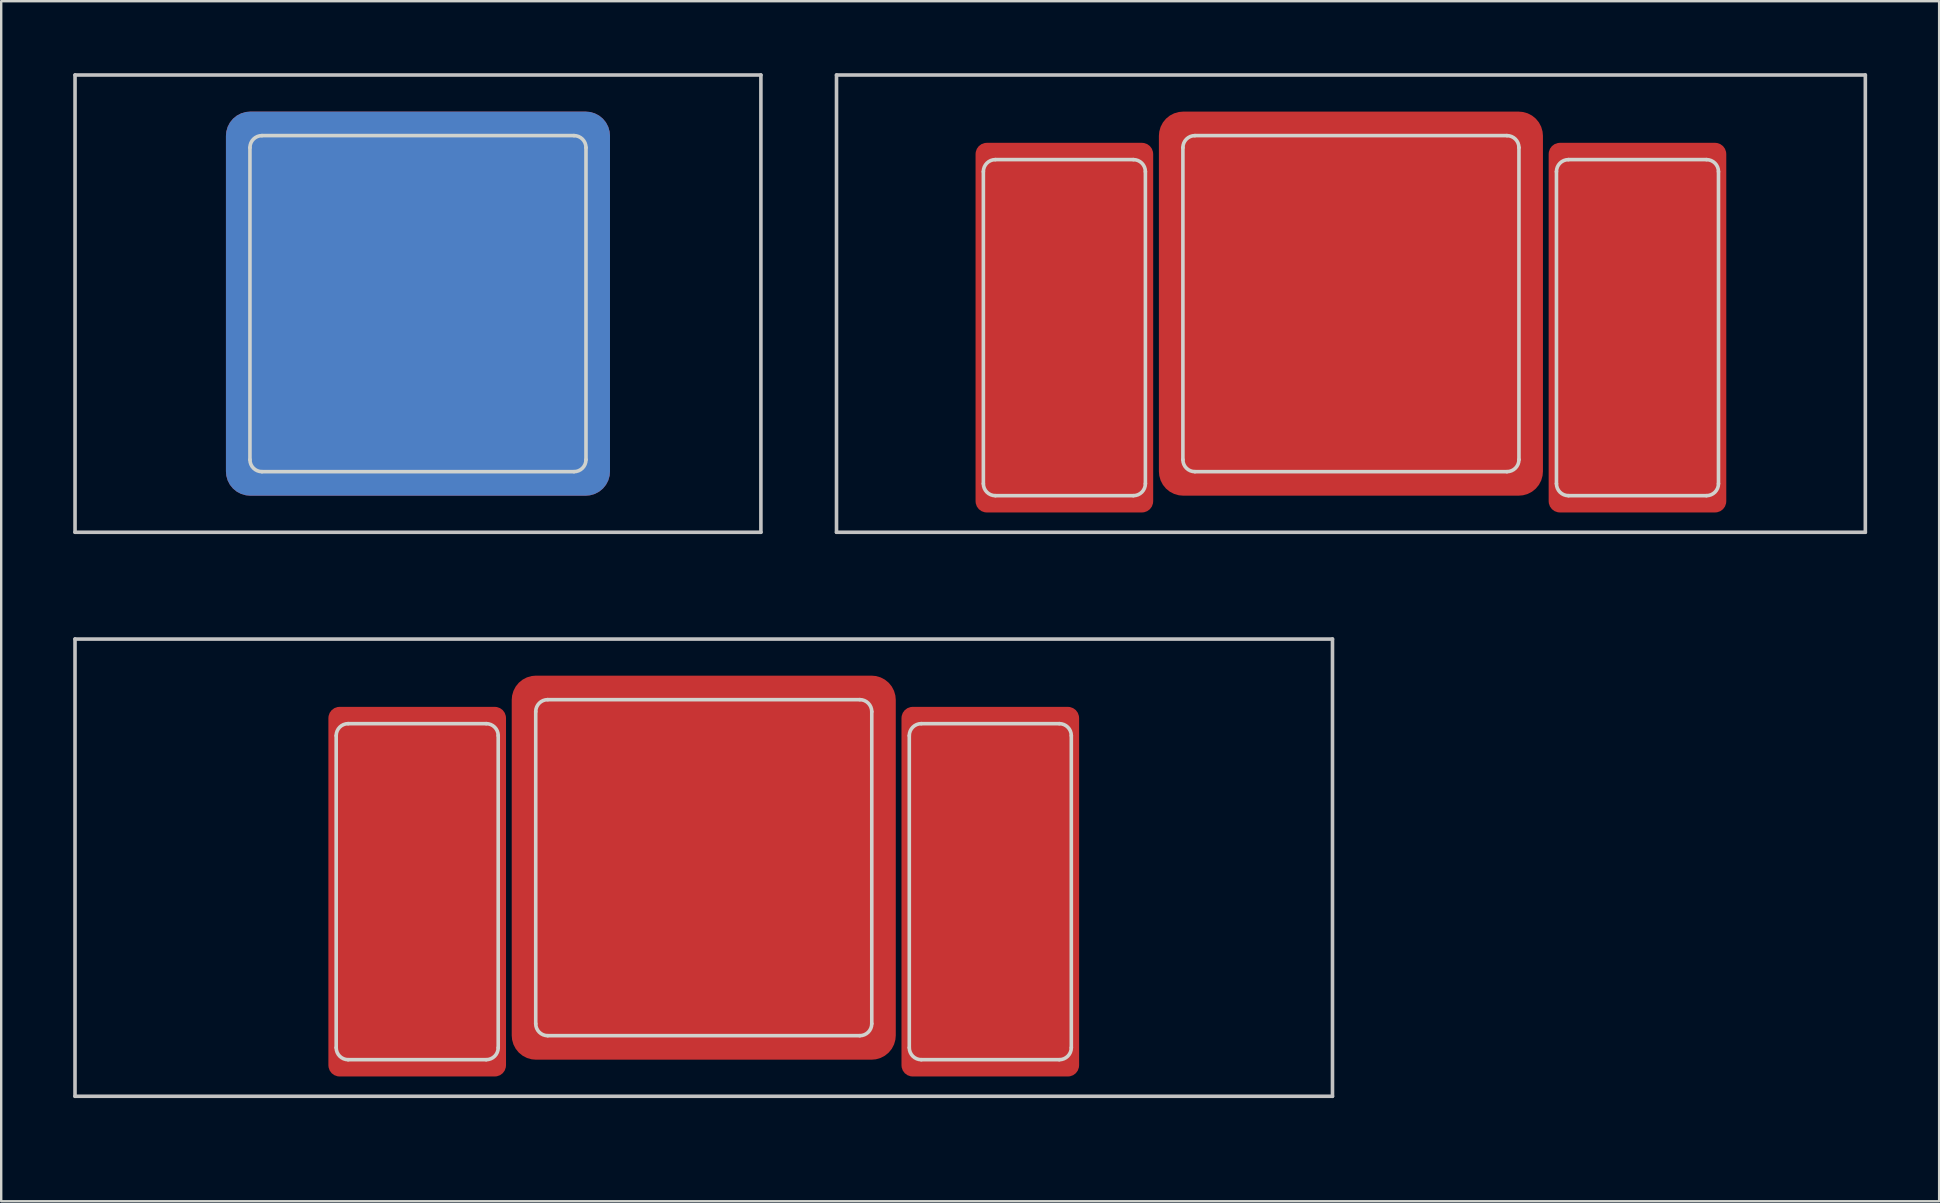
<source format=kicad_pcb>
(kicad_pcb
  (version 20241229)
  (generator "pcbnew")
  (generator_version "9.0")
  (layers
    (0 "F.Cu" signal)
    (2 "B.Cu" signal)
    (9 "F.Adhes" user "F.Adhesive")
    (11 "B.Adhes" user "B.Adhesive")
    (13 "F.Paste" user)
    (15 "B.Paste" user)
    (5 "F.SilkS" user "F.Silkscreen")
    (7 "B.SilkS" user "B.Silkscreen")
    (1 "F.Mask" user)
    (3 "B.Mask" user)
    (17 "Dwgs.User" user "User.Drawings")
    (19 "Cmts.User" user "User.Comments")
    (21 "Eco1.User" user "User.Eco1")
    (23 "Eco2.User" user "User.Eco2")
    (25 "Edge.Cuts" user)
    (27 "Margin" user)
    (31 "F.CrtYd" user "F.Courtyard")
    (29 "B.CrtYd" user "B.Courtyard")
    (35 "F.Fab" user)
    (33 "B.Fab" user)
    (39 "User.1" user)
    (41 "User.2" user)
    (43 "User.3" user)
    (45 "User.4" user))
  (footprint "MX_Cutout_2.75u"
    (layer "F.Cu")
    (at 26.269 33.098)
    (property "Reference" "MX_Cutout_2.75u" (at 0.25 10.05 0) (layer "Eco2.User") (effects (font (size 1 1) (thickness 0.15))))
    (attr through_hole)
    (fp_line (start -26.194 -9.525) (end -26.194 9.525) (stroke (width 0.15) (type solid)) (layer "Dwgs.User"))
    (fp_line (start -26.194 -9.525) (end 26.194 -9.525) (stroke (width 0.15) (type solid)) (layer "Dwgs.User"))
    (fp_line (start -26.194 9.525) (end 26.194 9.525) (stroke (width 0.15) (type solid)) (layer "Dwgs.User"))
    (fp_line (start 26.194 -9.525) (end 26.194 9.525) (stroke (width 0.15) (type solid)) (layer "Dwgs.User"))
    (fp_line (start -15.313 7.5) (end -15.313 -5.5) (stroke (width 0.15) (type solid)) (layer "Edge.Cuts"))
    (fp_line (start -14.813 -6) (end -9.063 -6) (stroke (width 0.15) (type solid)) (layer "Edge.Cuts"))
    (fp_line (start -9.063 8) (end -14.813 8) (stroke (width 0.15) (type solid)) (layer "Edge.Cuts"))
    (fp_line (start -8.563 -5.5) (end -8.563 7.5) (stroke (width 0.15) (type solid)) (layer "Edge.Cuts"))
    (fp_line (start -7 6.5) (end -7 -6.5) (stroke (width 0.15) (type solid)) (layer "Edge.Cuts"))
    (fp_line (start -6.5 -7) (end 6.5 -7) (stroke (width 0.15) (type solid)) (layer "Edge.Cuts"))
    (fp_line (start 6.5 7) (end -6.5 7) (stroke (width 0.15) (type solid)) (layer "Edge.Cuts"))
    (fp_line (start 7 -6.5) (end 7 6.5) (stroke (width 0.15) (type solid)) (layer "Edge.Cuts"))
    (fp_line (start 8.563 7.5) (end 8.563 -5.5) (stroke (width 0.15) (type solid)) (layer "Edge.Cuts"))
    (fp_line (start 9.063 -6) (end 14.813 -6) (stroke (width 0.15) (type solid)) (layer "Edge.Cuts"))
    (fp_line (start 14.813 8) (end 9.063 8) (stroke (width 0.15) (type solid)) (layer "Edge.Cuts"))
    (fp_line (start 15.313 -5.5) (end 15.313 7.5) (stroke (width 0.15) (type solid)) (layer "Edge.Cuts"))
    (fp_arc (start -15.313 -5.5) (mid -15.166553 -5.853553) (end -14.813 -6) (stroke (width 0.15) (type solid)) (layer "Edge.Cuts"))
    (fp_arc (start -14.813 8) (mid -15.166553 7.853553) (end -15.313 7.5) (stroke (width 0.15) (type solid)) (layer "Edge.Cuts"))
    (fp_arc (start -9.063 -6) (mid -8.709447 -5.853553) (end -8.563 -5.5) (stroke (width 0.15) (type solid)) (layer "Edge.Cuts"))
    (fp_arc (start -8.563 7.5) (mid -8.709447 7.853553) (end -9.063 8) (stroke (width 0.15) (type solid)) (layer "Edge.Cuts"))
    (fp_arc (start -7 -6.5) (mid -6.853553 -6.853553) (end -6.5 -7) (stroke (width 0.15) (type solid)) (layer "Edge.Cuts"))
    (fp_arc (start -6.5 7) (mid -6.853553 6.853553) (end -7 6.5) (stroke (width 0.15) (type solid)) (layer "Edge.Cuts"))
    (fp_arc (start 6.5 -7) (mid 6.853553 -6.853553) (end 7 -6.5) (stroke (width 0.15) (type solid)) (layer "Edge.Cuts"))
    (fp_arc (start 7 6.5) (mid 6.853553 6.853553) (end 6.5 7) (stroke (width 0.15) (type solid)) (layer "Edge.Cuts"))
    (fp_arc (start 8.563 -5.5) (mid 8.709447 -5.853553) (end 9.063 -6) (stroke (width 0.15) (type solid)) (layer "Edge.Cuts"))
    (fp_arc (start 9.063 8) (mid 8.709447 7.853553) (end 8.563 7.5) (stroke (width 0.15) (type solid)) (layer "Edge.Cuts"))
    (fp_arc (start 14.813 -6) (mid 15.166553 -5.853553) (end 15.313 -5.5) (stroke (width 0.15) (type solid)) (layer "Edge.Cuts"))
    (fp_arc (start 15.313 7.5) (mid 15.166553 7.853553) (end 14.813 8) (stroke (width 0.15) (type solid)) (layer "Edge.Cuts"))
    (pad "1" smd roundrect (at -11.938 1 180) (size 7.4 15.4) (layers "F.Cu" "F.Mask") (roundrect_rratio 0.063))
    (pad "1" smd roundrect (at 0 0 180) (size 16 16) (layers "F.Cu" "F.Mask") (roundrect_rratio 0.063))
    (pad "1" smd roundrect (at 11.938 1 180) (size 7.4 15.4) (layers "F.Cu" "F.Mask") (roundrect_rratio 0.063)))
  (footprint "MX_Cutout_2.25u"
    (layer "F.Cu")
    (at 53.231 9.6)
    (property "Reference" "MX_Cutout_2.25u" (at 0.25 10.05 0) (layer "Eco2.User") (effects (font (size 1 1) (thickness 0.15))))
    (attr through_hole)
    (fp_line (start -21.431 -9.525) (end -21.431 9.525) (stroke (width 0.15) (type solid)) (layer "Dwgs.User"))
    (fp_line (start -21.431 -9.525) (end 21.431 -9.525) (stroke (width 0.15) (type solid)) (layer "Dwgs.User"))
    (fp_line (start -21.431 9.525) (end 21.431 9.525) (stroke (width 0.15) (type solid)) (layer "Dwgs.User"))
    (fp_line (start 21.431 -9.525) (end 21.431 9.525) (stroke (width 0.15) (type solid)) (layer "Dwgs.User"))
    (fp_line (start -15.313 7.5) (end -15.313 -5.5) (stroke (width 0.15) (type solid)) (layer "Edge.Cuts"))
    (fp_line (start -14.813 -6) (end -9.063 -6) (stroke (width 0.15) (type solid)) (layer "Edge.Cuts"))
    (fp_line (start -9.063 8) (end -14.813 8) (stroke (width 0.15) (type solid)) (layer "Edge.Cuts"))
    (fp_line (start -8.563 -5.5) (end -8.563 7.5) (stroke (width 0.15) (type solid)) (layer "Edge.Cuts"))
    (fp_line (start -7 6.5) (end -7 -6.5) (stroke (width 0.15) (type solid)) (layer "Edge.Cuts"))
    (fp_line (start -6.5 -7) (end 6.5 -7) (stroke (width 0.15) (type solid)) (layer "Edge.Cuts"))
    (fp_line (start 6.5 7) (end -6.5 7) (stroke (width 0.15) (type solid)) (layer "Edge.Cuts"))
    (fp_line (start 7 -6.5) (end 7 6.5) (stroke (width 0.15) (type solid)) (layer "Edge.Cuts"))
    (fp_line (start 8.563 7.5) (end 8.563 -5.5) (stroke (width 0.15) (type solid)) (layer "Edge.Cuts"))
    (fp_line (start 9.063 -6) (end 14.813 -6) (stroke (width 0.15) (type solid)) (layer "Edge.Cuts"))
    (fp_line (start 14.813 8) (end 9.063 8) (stroke (width 0.15) (type solid)) (layer "Edge.Cuts"))
    (fp_line (start 15.313 -5.5) (end 15.313 7.5) (stroke (width 0.15) (type solid)) (layer "Edge.Cuts"))
    (fp_arc (start -15.313 -5.5) (mid -15.166553 -5.853553) (end -14.813 -6) (stroke (width 0.15) (type solid)) (layer "Edge.Cuts"))
    (fp_arc (start -14.813 8) (mid -15.166553 7.853553) (end -15.313 7.5) (stroke (width 0.15) (type solid)) (layer "Edge.Cuts"))
    (fp_arc (start -9.063 -6) (mid -8.709447 -5.853553) (end -8.563 -5.5) (stroke (width 0.15) (type solid)) (layer "Edge.Cuts"))
    (fp_arc (start -8.563 7.5) (mid -8.709447 7.853553) (end -9.063 8) (stroke (width 0.15) (type solid)) (layer "Edge.Cuts"))
    (fp_arc (start -7 -6.5) (mid -6.853553 -6.853553) (end -6.5 -7) (stroke (width 0.15) (type solid)) (layer "Edge.Cuts"))
    (fp_arc (start -6.5 7) (mid -6.853553 6.853553) (end -7 6.5) (stroke (width 0.15) (type solid)) (layer "Edge.Cuts"))
    (fp_arc (start 6.5 -7) (mid 6.853553 -6.853553) (end 7 -6.5) (stroke (width 0.15) (type solid)) (layer "Edge.Cuts"))
    (fp_arc (start 7 6.5) (mid 6.853553 6.853553) (end 6.5 7) (stroke (width 0.15) (type solid)) (layer "Edge.Cuts"))
    (fp_arc (start 8.563 -5.5) (mid 8.709447 -5.853553) (end 9.063 -6) (stroke (width 0.15) (type solid)) (layer "Edge.Cuts"))
    (fp_arc (start 9.063 8) (mid 8.709447 7.853553) (end 8.563 7.5) (stroke (width 0.15) (type solid)) (layer "Edge.Cuts"))
    (fp_arc (start 14.813 -6) (mid 15.166553 -5.853553) (end 15.313 -5.5) (stroke (width 0.15) (type solid)) (layer "Edge.Cuts"))
    (fp_arc (start 15.313 7.5) (mid 15.166553 7.853553) (end 14.813 8) (stroke (width 0.15) (type solid)) (layer "Edge.Cuts"))
    (pad "1" smd roundrect (at -11.938 1 180) (size 7.4 15.4) (layers "F.Cu" "F.Mask") (roundrect_rratio 0.063))
    (pad "1" smd roundrect (at 0 0 180) (size 16 16) (layers "F.Cu" "F.Mask") (roundrect_rratio 0.063))
    (pad "1" smd roundrect (at 11.938 1 180) (size 7.4 15.4) (layers "F.Cu" "F.Mask") (roundrect_rratio 0.063)))
  (footprint "MX_Cutout_1.5u"
    (layer "F.Cu")
    (at 14.363 9.6)
    (property "Reference" "MX_Cutout_1.5u" (at 0.25 10.05 0) (layer "Eco2.User") (effects (font (size 1 1) (thickness 0.15))))
    (attr through_hole)
    (fp_line (start -14.287 -9.525) (end 14.287 -9.525) (stroke (width 0.15) (type solid)) (layer "Dwgs.User"))
    (fp_line (start -14.287 9.525) (end -14.287 -9.525) (stroke (width 0.15) (type solid)) (layer "Dwgs.User"))
    (fp_line (start 14.287 -9.525) (end 14.287 9.525) (stroke (width 0.15) (type solid)) (layer "Dwgs.User"))
    (fp_line (start 14.287 9.525) (end -14.287 9.525) (stroke (width 0.15) (type solid)) (layer "Dwgs.User"))
    (fp_line (start -7 -6.5) (end -7 6.5) (stroke (width 0.15) (type solid)) (layer "Edge.Cuts"))
    (fp_line (start -6.5 7) (end 6.5 7) (stroke (width 0.15) (type solid)) (layer "Edge.Cuts"))
    (fp_line (start 6.5 -7) (end -6.5 -7) (stroke (width 0.15) (type solid)) (layer "Edge.Cuts"))
    (fp_line (start 7 6.5) (end 7 -6.5) (stroke (width 0.15) (type solid)) (layer "Edge.Cuts"))
    (fp_arc (start -7 -6.5) (mid -6.853553 -6.853553) (end -6.5 -7) (stroke (width 0.15) (type solid)) (layer "Edge.Cuts"))
    (fp_arc (start -6.5 7) (mid -6.853553 6.853553) (end -7 6.5) (stroke (width 0.15) (type solid)) (layer "Edge.Cuts"))
    (fp_arc (start 6.5 -7) (mid 6.853553 -6.853553) (end 7 -6.5) (stroke (width 0.15) (type solid)) (layer "Edge.Cuts"))
    (fp_arc (start 7 6.5) (mid 6.853553 6.853553) (end 6.5 7) (stroke (width 0.15) (type solid)) (layer "Edge.Cuts"))
    (pad "1" smd roundrect (at 0 0 180) (size 16 16) (layers "F.Cu" "F.Mask") (roundrect_rratio 0.063))
    (pad "1" smd roundrect (at 0 0 180) (size 16 16) (layers "B.Cu" "B.Mask") (roundrect_rratio 0.063)))
  (gr_rect
    (start -3 -3)
    (end 77.737 46.996)
    (stroke (width 0.1) (type default))
    (fill no)
    (layer "Edge.Cuts")))
</source>
